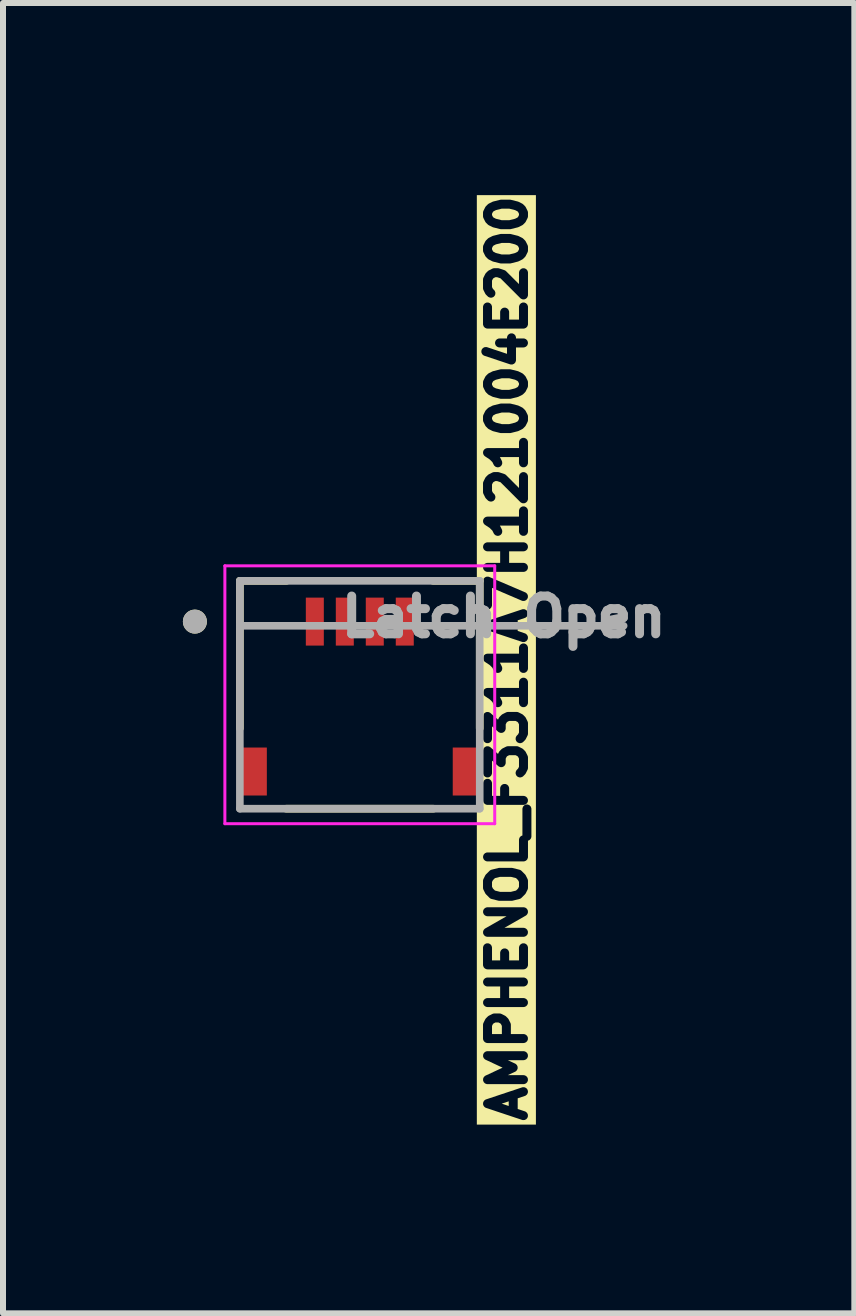
<source format=kicad_pcb>
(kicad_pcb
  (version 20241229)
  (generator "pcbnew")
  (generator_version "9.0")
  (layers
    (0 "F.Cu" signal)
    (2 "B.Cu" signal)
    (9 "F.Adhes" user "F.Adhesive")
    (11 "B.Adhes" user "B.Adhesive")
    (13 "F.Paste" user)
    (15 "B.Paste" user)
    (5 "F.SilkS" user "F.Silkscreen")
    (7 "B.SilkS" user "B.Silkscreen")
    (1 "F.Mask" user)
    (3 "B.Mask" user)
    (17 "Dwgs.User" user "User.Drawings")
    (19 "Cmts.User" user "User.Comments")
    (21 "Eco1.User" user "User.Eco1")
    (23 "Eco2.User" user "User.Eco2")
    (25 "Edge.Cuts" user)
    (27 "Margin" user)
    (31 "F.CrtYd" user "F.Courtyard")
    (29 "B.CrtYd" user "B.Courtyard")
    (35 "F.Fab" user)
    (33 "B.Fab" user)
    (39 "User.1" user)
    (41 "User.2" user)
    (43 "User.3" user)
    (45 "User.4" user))
  (footprint "AMPHENOL_F3311A7H121004E200"
    (layer "F.Cu")
    (at 2.95 8.786)
    (property "Reference" "AMPHENOL_F3311A7H121004E200" (at 2.46 -0.86 90) (layer "F.SilkS" knockout) (effects (font (size 0.6 0.6) (thickness 0.15))))
    (attr smd)
    (fp_line (start -2 -2.15) (end -2 0.31) (stroke (width 0.127) (type solid)) (layer "F.SilkS"))
    (fp_line (start -2 -2.15) (end -1.22 -2.15) (stroke (width 0.127) (type solid)) (layer "F.SilkS"))
    (fp_line (start -1.23 1.65) (end 1.23 1.65) (stroke (width 0.127) (type solid)) (layer "F.SilkS"))
    (fp_line (start 1.22 -2.15) (end 2 -2.15) (stroke (width 0.127) (type solid)) (layer "F.SilkS"))
    (fp_line (start 2 0.31) (end 2 -2.15) (stroke (width 0.127) (type solid)) (layer "F.SilkS"))
    (fp_circle (center -2.75 -1.47) (end -2.65 -1.47) (stroke (width 0.2) (type solid)) (fill no) (layer "F.SilkS"))
    (fp_line (start -2.25 -2.4) (end -2.25 1.9) (stroke (width 0.05) (type solid)) (layer "F.CrtYd"))
    (fp_line (start -2.25 1.9) (end 2.25 1.9) (stroke (width 0.05) (type solid)) (layer "F.CrtYd"))
    (fp_line (start 2.25 -2.4) (end -2.25 -2.4) (stroke (width 0.05) (type solid)) (layer "F.CrtYd"))
    (fp_line (start 2.25 1.9) (end 2.25 -2.4) (stroke (width 0.05) (type solid)) (layer "F.CrtYd"))
    (fp_line (start -2 -2.15) (end 2 -2.15) (stroke (width 0.127) (type solid)) (layer "F.Fab"))
    (fp_line (start -2 -1.4) (end -2 -2.15) (stroke (width 0.127) (type solid)) (layer "F.Fab"))
    (fp_line (start -2 -1.4) (end -2 1.65) (stroke (width 0.127) (type solid)) (layer "F.Fab"))
    (fp_line (start -2 1.65) (end 2 1.65) (stroke (width 0.127) (type solid)) (layer "F.Fab"))
    (fp_line (start 2 -2.15) (end 2 -1.4) (stroke (width 0.127) (type solid)) (layer "F.Fab"))
    (fp_line (start 2 -1.4) (end -2 -1.4) (stroke (width 0.127) (type solid)) (layer "F.Fab"))
    (fp_line (start 2 -1.4) (end 4.4 -1.4) (stroke (width 0.127) (type solid)) (layer "F.Fab"))
    (fp_line (start 2 1.65) (end 2 -1.4) (stroke (width 0.127) (type solid)) (layer "F.Fab"))
    (fp_circle (center -2.75 -1.47) (end -2.65 -1.47) (stroke (width 0.2) (type solid)) (fill no) (layer "F.Fab"))
    (fp_text user "Latch Open" (at 2.4 -1.55 0) (layer "F.Fab") (effects (font (size 0.63 0.63) (thickness 0.15))))
    (pad "1" smd rect (at -0.75 -1.47) (size 0.3 0.8) (layers "F.Cu" "F.Mask" "F.Paste"))
    (pad "2" smd rect (at -0.25 -1.47) (size 0.3 0.8) (layers "F.Cu" "F.Mask" "F.Paste"))
    (pad "3" smd rect (at 0.25 -1.47) (size 0.3 0.8) (layers "F.Cu" "F.Mask" "F.Paste"))
    (pad "4" smd rect (at 0.75 -1.47) (size 0.3 0.8) (layers "F.Cu" "F.Mask" "F.Paste"))
    (pad "SH1" smd rect (at -1.75 1.03) (size 0.4 0.8) (layers "F.Cu" "F.Mask" "F.Paste"))
    (pad "SH2" smd rect (at 1.75 1.03) (size 0.4 0.8) (layers "F.Cu" "F.Mask" "F.Paste")))
  (gr_rect
    (start -3 -3)
    (end 11.197 18.851)
    (stroke (width 0.1) (type default))
    (fill no)
    (layer "Edge.Cuts")))
</source>
